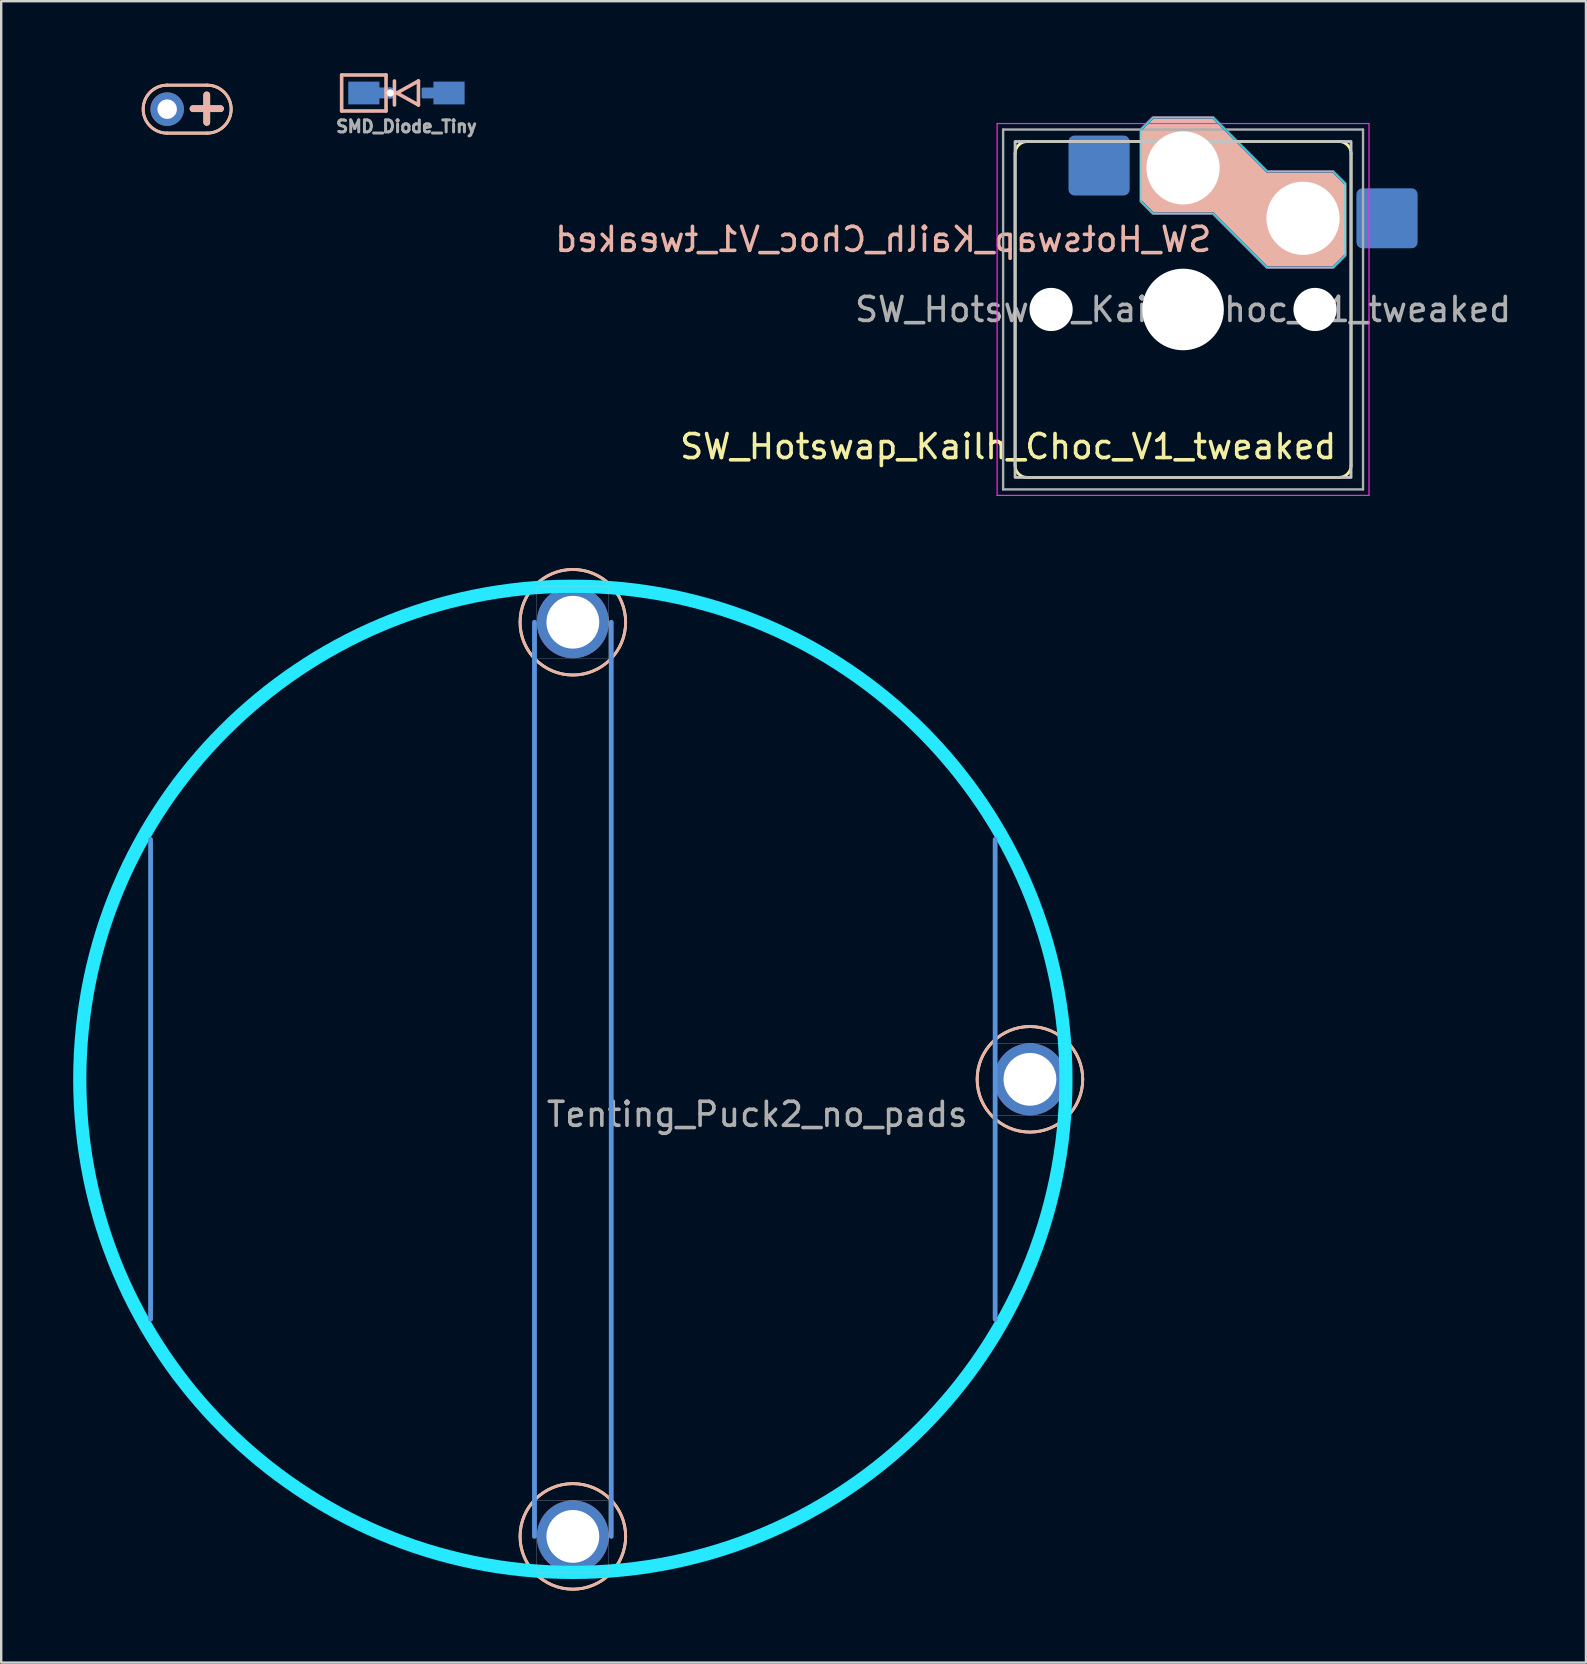
<source format=kicad_pcb>
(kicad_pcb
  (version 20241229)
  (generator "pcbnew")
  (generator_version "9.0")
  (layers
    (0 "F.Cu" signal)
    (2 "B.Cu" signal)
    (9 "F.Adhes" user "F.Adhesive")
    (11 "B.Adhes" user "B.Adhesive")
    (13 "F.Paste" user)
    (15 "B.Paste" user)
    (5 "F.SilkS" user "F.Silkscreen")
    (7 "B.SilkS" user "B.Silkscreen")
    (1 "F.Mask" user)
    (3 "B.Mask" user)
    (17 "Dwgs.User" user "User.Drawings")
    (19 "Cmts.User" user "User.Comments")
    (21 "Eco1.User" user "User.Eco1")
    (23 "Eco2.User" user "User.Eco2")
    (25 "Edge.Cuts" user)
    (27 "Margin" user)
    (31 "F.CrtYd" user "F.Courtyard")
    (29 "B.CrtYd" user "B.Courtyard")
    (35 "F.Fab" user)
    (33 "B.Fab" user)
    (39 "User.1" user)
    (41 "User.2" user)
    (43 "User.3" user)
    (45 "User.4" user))
  (footprint "SMD_Diode_Tiny"
    (layer "F.Cu")
    (at 13.889 0.825)
    (property "Reference" "SMD_Diode_Tiny" (at 0 1.397 0) (layer "F.Fab") (effects (font (size 0.5 0.5) (thickness 0.125))))
    (fp_poly (pts (xy -2.375 -0.425) (xy -1.175 -0.425) (xy -1.175 0.425) (xy -2.375 0.425)) (stroke (width 0.1) (type solid)) (fill yes) (layer "B.Mask"))
    (fp_poly (pts (xy 1.175 -0.425) (xy 2.375 -0.425) (xy 2.375 0.425) (xy 1.175 0.425)) (stroke (width 0.1) (type solid)) (fill yes) (layer "B.Mask"))
    (fp_line (start -2.7 -0.75) (end -2.7 0.75) (stroke (width 0.15) (type solid)) (layer "B.SilkS"))
    (fp_line (start -2.7 0.75) (end -0.85 0.75) (stroke (width 0.15) (type solid)) (layer "B.SilkS"))
    (fp_line (start -0.85 -0.75) (end -2.7 -0.75) (stroke (width 0.15) (type solid)) (layer "B.SilkS"))
    (fp_line (start -0.85 -0.75) (end -0.85 0.75) (stroke (width 0.15) (type solid)) (layer "B.SilkS"))
    (fp_line (start -0.5 0.5) (end -0.5 -0.5) (stroke (width 0.15) (type solid)) (layer "B.SilkS"))
    (fp_line (start -0.4 0) (end 0.5 0.5) (stroke (width 0.15) (type solid)) (layer "B.SilkS"))
    (fp_line (start 0.5 -0.5) (end -0.4 0) (stroke (width 0.15) (type solid)) (layer "B.SilkS"))
    (fp_line (start 0.5 0.5) (end 0.5 -0.5) (stroke (width 0.15) (type solid)) (layer "B.SilkS"))
    (pad "1" smd custom (at -1.775 0) (size 1.3 0.95) (layers "B.Cu") (options (anchor rect)) (primitives (gr_poly (pts (xy 1.094 0.177) (xy 0.521 0.177) (xy 0.521 -0.179) (xy 1.094 -0.179)) (width 0.1) (fill yes))))
    (pad "1" thru_hole circle (at -0.675 0 270) (size 0.457 0.457) (drill 0.305) (layers "*.Cu"))
    (pad "2" smd custom (at 1.775 0) (size 1.3 0.95) (layers "B.Cu") (options (anchor rect)) (primitives (gr_poly (pts (xy -0.521 0.179) (xy -1.094 0.179) (xy -1.094 -0.177) (xy -0.521 -0.177)) (width 0.1) (fill yes)))))
  (footprint "1pin_Battery"
    (layer "F.Cu")
    (at 3.917 1.499)
    (property "Reference" "1pin_Battery" (at 0 1.143 0) (layer "User.1") (effects (font (size 0.813 0.813) (thickness 0.15))))
    (attr through_hole)
    (fp_line (start 1.667 -1) (end 0 -1) (stroke (width 0.12) (type solid)) (layer "F.SilkS"))
    (fp_line (start 1.667 1) (end 0 1) (stroke (width 0.12) (type solid)) (layer "F.SilkS"))
    (fp_arc (start 0 1) (mid -1 0) (end 0 -1) (stroke (width 0.12) (type solid)) (layer "F.SilkS"))
    (fp_arc (start 1.667 -1) (mid 2.667 0) (end 1.667 1) (stroke (width 0.12) (type solid)) (layer "F.SilkS"))
    (fp_line (start 0 -1) (end 1.667 -1) (stroke (width 0.12) (type solid)) (layer "B.SilkS"))
    (fp_line (start 0 1) (end 1.667 1) (stroke (width 0.12) (type solid)) (layer "B.SilkS"))
    (fp_arc (start 0 1) (mid -1 0) (end 0 -1) (stroke (width 0.12) (type solid)) (layer "B.SilkS"))
    (fp_arc (start 1.667 -1) (mid 2.667 0) (end 1.667 1) (stroke (width 0.12) (type solid)) (layer "B.SilkS"))
    (fp_text user "+" (at 1.651 -0.127 0) (unlocked yes) (layer "F.SilkS") (effects (font (size 1.5 1.5) (thickness 0.28))))
    (fp_text user "+" (at 1.648 -0.13 0) (unlocked yes) (layer "B.SilkS") (effects (font (size 1.5 1.5) (thickness 0.28)) (justify mirror)))
    (pad "1" thru_hole circle (at 0 0) (size 1.397 1.397) (drill 0.813) (layers "*.Cu" "*.Mask")))
  (footprint "SW_Hotswap_Kailh_Choc_V1_tweaked"
    (layer "F.Cu")
    (at 46.257 9.848)
    (property "Reference" "SW_Hotswap_Kailh_Choc_V1_tweaked" (at 0 -9 0) (layer "User.1") (effects (font (size 1 1) (thickness 0.15))))
    (attr smd)
    (fp_line (start -7 -6.5) (end -7 6.5) (stroke (width 0.12) (type solid)) (layer "F.SilkS"))
    (fp_line (start -6.5 7) (end 6.5 7) (stroke (width 0.12) (type solid)) (layer "F.SilkS"))
    (fp_line (start 6.5 -7) (end -6.5 -7) (stroke (width 0.12) (type solid)) (layer "F.SilkS"))
    (fp_line (start 7 6.5) (end 7 -6.5) (stroke (width 0.12) (type solid)) (layer "F.SilkS"))
    (fp_arc (start -7 -6.5) (mid -6.853553 -6.853553) (end -6.5 -7) (stroke (width 0.12) (type solid)) (layer "F.SilkS"))
    (fp_arc (start -6.5 7) (mid -6.853553 6.853553) (end -7 6.5) (stroke (width 0.12) (type solid)) (layer "F.SilkS"))
    (fp_arc (start 6.5 -7) (mid 6.853553 -6.853553) (end 7 -6.5) (stroke (width 0.12) (type solid)) (layer "F.SilkS"))
    (fp_arc (start 7 6.5) (mid 6.853553 6.853553) (end 6.5 7) (stroke (width 0.12) (type solid)) (layer "F.SilkS"))
    (fp_poly (pts (xy 3.5 -5.75) (xy 6.25 -5.75) (xy 6.75 -5.25) (xy 6.75 -2.25) (xy 6.25 -1.75) (xy 3.5 -1.75) (xy 1.25 -4) (xy -1.25 -4) (xy -1.75 -4.5) (xy -1.75 -7.5) (xy -1.25 -8) (xy 1.25 -8)) (stroke (width 0.12) (type solid)) (fill yes) (layer "B.SilkS"))
    (fp_rect (start -7 -7) (end 7 7) (stroke (width 0.12) (type solid)) (fill no) (layer "Dwgs.User"))
    (fp_line (start -7.25 -7.25) (end -7.25 7.25) (stroke (width 0.1) (type solid)) (layer "Eco1.User"))
    (fp_line (start -7.25 7.25) (end 7.25 7.25) (stroke (width 0.1) (type solid)) (layer "Eco1.User"))
    (fp_line (start 7.25 -7.25) (end -7.25 -7.25) (stroke (width 0.1) (type solid)) (layer "Eco1.User"))
    (fp_line (start 7.25 7.25) (end 7.25 -7.25) (stroke (width 0.1) (type solid)) (layer "Eco1.User"))
    (fp_line (start -1.75 -7.5) (end -1.25 -8) (stroke (width 0.05) (type solid)) (layer "B.CrtYd"))
    (fp_line (start -1.75 -4.5) (end -1.75 -7.5) (stroke (width 0.05) (type solid)) (layer "B.CrtYd"))
    (fp_line (start -1.25 -8) (end 1.25 -8) (stroke (width 0.05) (type solid)) (layer "B.CrtYd"))
    (fp_line (start -1.25 -4) (end -1.75 -4.5) (stroke (width 0.05) (type solid)) (layer "B.CrtYd"))
    (fp_line (start 1.25 -8) (end 3.5 -5.75) (stroke (width 0.05) (type solid)) (layer "B.CrtYd"))
    (fp_line (start 1.25 -4) (end -1.25 -4) (stroke (width 0.05) (type solid)) (layer "B.CrtYd"))
    (fp_line (start 3.5 -5.75) (end 6.25 -5.75) (stroke (width 0.05) (type solid)) (layer "B.CrtYd"))
    (fp_line (start 3.5 -1.75) (end 1.25 -4) (stroke (width 0.05) (type solid)) (layer "B.CrtYd"))
    (fp_line (start 6.25 -5.75) (end 6.75 -5.25) (stroke (width 0.05) (type solid)) (layer "B.CrtYd"))
    (fp_line (start 6.25 -1.75) (end 3.5 -1.75) (stroke (width 0.05) (type solid)) (layer "B.CrtYd"))
    (fp_line (start 6.75 -5.25) (end 6.75 -2.25) (stroke (width 0.05) (type solid)) (layer "B.CrtYd"))
    (fp_line (start 6.75 -2.25) (end 6.25 -1.75) (stroke (width 0.05) (type solid)) (layer "B.CrtYd"))
    (fp_line (start -7.75 -7.75) (end -7.75 7.75) (stroke (width 0.05) (type solid)) (layer "F.CrtYd"))
    (fp_line (start -7.75 7.75) (end 7.75 7.75) (stroke (width 0.05) (type solid)) (layer "F.CrtYd"))
    (fp_line (start 7.75 -7.75) (end -7.75 -7.75) (stroke (width 0.05) (type solid)) (layer "F.CrtYd"))
    (fp_line (start 7.75 7.75) (end 7.75 -7.75) (stroke (width 0.05) (type solid)) (layer "F.CrtYd"))
    (fp_line (start -1.75 -7.5) (end -1.25 -8) (stroke (width 0.1) (type solid)) (layer "B.Fab"))
    (fp_line (start -1.25 -8) (end 1.25 -8) (stroke (width 0.1) (type solid)) (layer "B.Fab"))
    (fp_line (start -1.25 -4) (end -1.75 -4.5) (stroke (width 0.1) (type solid)) (layer "B.Fab"))
    (fp_line (start 1.25 -8) (end 3.5 -5.75) (stroke (width 0.1) (type solid)) (layer "B.Fab"))
    (fp_line (start 1.25 -4) (end -1.25 -4) (stroke (width 0.1) (type solid)) (layer "B.Fab"))
    (fp_line (start 3.5 -5.75) (end 6.25 -5.75) (stroke (width 0.1) (type solid)) (layer "B.Fab"))
    (fp_line (start 3.5 -1.75) (end 1.25 -4) (stroke (width 0.1) (type solid)) (layer "B.Fab"))
    (fp_line (start 6.25 -5.75) (end 6.75 -5.25) (stroke (width 0.1) (type solid)) (layer "B.Fab"))
    (fp_line (start 6.25 -1.75) (end 3.5 -1.75) (stroke (width 0.1) (type solid)) (layer "B.Fab"))
    (fp_line (start 6.75 -2.25) (end 6.25 -1.75) (stroke (width 0.1) (type solid)) (layer "B.Fab"))
    (fp_line (start -7.5 -7.5) (end -7.5 7.5) (stroke (width 0.1) (type solid)) (layer "F.Fab"))
    (fp_line (start -7.5 7.5) (end 7.5 7.5) (stroke (width 0.1) (type solid)) (layer "F.Fab"))
    (fp_line (start 7.5 -7.5) (end -7.5 -7.5) (stroke (width 0.1) (type solid)) (layer "F.Fab"))
    (fp_line (start 7.5 7.5) (end 7.5 -7.5) (stroke (width 0.1) (type solid)) (layer "F.Fab"))
    (fp_text user "${REFERENCE}" (at 6.477 5.715 0) (unlocked yes) (layer "F.SilkS") (effects (font (size 1 1) (thickness 0.15)) (justify right)))
    (fp_text user "${REFERENCE}" (at 1.27 -2.921 0) (unlocked yes) (layer "B.SilkS") (effects (font (size 1 1) (thickness 0.15)) (justify left mirror)))
    (fp_text user "${REFERENCE}" (at 0 0 0) (layer "F.Fab") (effects (font (size 1 1) (thickness 0.15))))
    (pad "" np_thru_hole circle (at -5.5 0) (size 1.8 1.8) (drill 1.8) (layers "*.Cu" "*.Mask"))
    (pad "" np_thru_hole circle (at 0 -5.9) (size 3.05 3.05) (drill 3.05) (layers "*.Cu" "*.Mask"))
    (pad "" np_thru_hole circle (at 0 0) (size 3.4 3.4) (drill 3.4) (layers "*.Cu" "*.Mask"))
    (pad "" np_thru_hole circle (at 5 -3.8) (size 3.05 3.05) (drill 3.05) (layers "*.Cu" "*.Mask"))
    (pad "" np_thru_hole circle (at 5.5 0) (size 1.8 1.8) (drill 1.8) (layers "*.Cu" "*.Mask"))
    (pad "1" smd roundrect (at -3.5 -6) (size 2.55 2.5) (layers "B.Cu" "B.Mask" "B.Paste") (roundrect_rratio 0.1))
    (pad "2" smd roundrect (at 8.5 -3.8) (size 2.55 2.5) (layers "B.Cu" "B.Mask" "B.Paste") (roundrect_rratio 0.1)))
  (footprint "Tenting_Puck2_no_pads"
    (layer "F.Cu")
    (at 20.825 41.933)
    (property "Reference" "Tenting_Puck2_no_pads" (at 7.684 1.46 180) (layer "F.Fab") (effects (font (size 1 1) (thickness 0.15))))
    (attr board_only)
    (fp_arc (start -20.32 -2.8575) (mid -19.91151 -4.959786) (end -19.286134 -7.008048) (stroke (width 0.2) (type solid)) (layer "F.SilkS"))
    (fp_arc (start -19.286134 7.008047) (mid -19.91151 4.959786) (end -20.32 2.8575) (stroke (width 0.2) (type solid)) (layer "F.SilkS"))
    (fp_arc (start -7.008048 -19.286134) (mid -4.959786 -19.91151) (end -2.8575 -20.32) (stroke (width 0.2) (type solid)) (layer "F.SilkS"))
    (fp_arc (start -2.8575 20.32) (mid -4.959785 19.91151) (end -7.008046 19.286135) (stroke (width 0.2) (type solid)) (layer "F.SilkS"))
    (fp_arc (start 2.8575 -20.32) (mid 4.959786 -19.91151) (end 7.008047 -19.286134) (stroke (width 0.2) (type solid)) (layer "F.SilkS"))
    (fp_arc (start 7.008047 19.286134) (mid 4.959786 19.91151) (end 2.8575 20.32) (stroke (width 0.2) (type solid)) (layer "F.SilkS"))
    (fp_arc (start 19.286135 -7.008045) (mid 19.91151 -4.959785) (end 20.32 -2.8575) (stroke (width 0.2) (type solid)) (layer "F.SilkS"))
    (fp_arc (start 20.32 2.8575) (mid 19.91151 4.959785) (end 19.286135 7.008046) (stroke (width 0.2) (type solid)) (layer "F.SilkS"))
    (fp_circle (center 0 -19.05) (end 2.2 -19.05) (stroke (width 0.12) (type solid)) (fill no) (layer "F.SilkS"))
    (fp_circle (center 0 19.05) (end 2.2 19.05) (stroke (width 0.12) (type solid)) (fill no) (layer "F.SilkS"))
    (fp_circle (center 19.05 0) (end 21.25 0) (stroke (width 0.12) (type solid)) (fill no) (layer "F.SilkS"))
    (fp_arc (start -20.32 -2.8575) (mid -19.91151 -4.959784) (end -19.286136 -7.008044) (stroke (width 0.2) (type solid)) (layer "B.SilkS"))
    (fp_arc (start -19.286135 7.008046) (mid -19.91151 4.959785) (end -20.32 2.8575) (stroke (width 0.2) (type solid)) (layer "B.SilkS"))
    (fp_arc (start -7.008046 -19.286135) (mid -4.959785 -19.91151) (end -2.8575 -20.32) (stroke (width 0.2) (type solid)) (layer "B.SilkS"))
    (fp_arc (start -2.8575 20.32) (mid -4.959784 19.91151) (end -7.008045 19.286135) (stroke (width 0.2) (type solid)) (layer "B.SilkS"))
    (fp_arc (start 2.8575 -20.32) (mid 4.959786 -19.91151) (end 7.008049 -19.286134) (stroke (width 0.2) (type solid)) (layer "B.SilkS"))
    (fp_arc (start 7.008045 19.286135) (mid 4.959785 19.91151) (end 2.8575 20.32) (stroke (width 0.2) (type solid)) (layer "B.SilkS"))
    (fp_arc (start 19.286134 -7.008048) (mid 19.91151 -4.959786) (end 20.32 -2.8575) (stroke (width 0.2) (type solid)) (layer "B.SilkS"))
    (fp_arc (start 20.32 2.8575) (mid 19.91151 4.959786) (end 19.286134 7.008048) (stroke (width 0.2) (type solid)) (layer "B.SilkS"))
    (fp_circle (center 0 -19.05) (end -2.2 -19.05) (stroke (width 0.12) (type solid)) (fill no) (layer "B.SilkS"))
    (fp_circle (center 0 19.05) (end -2.2 19.05) (stroke (width 0.12) (type solid)) (fill no) (layer "B.SilkS"))
    (fp_circle (center 19.05 0) (end 16.85 0) (stroke (width 0.12) (type solid)) (fill no) (layer "B.SilkS"))
    (fp_rect (start -1.5 -20.55) (end 1.5 -17.55) (stroke (width 0.01) (type solid)) (fill no) (layer "Dwgs.User"))
    (fp_rect (start -1.5 17.55) (end 1.5 20.55) (stroke (width 0.01) (type solid)) (fill no) (layer "Dwgs.User"))
    (fp_rect (start 17.55 -1.5) (end 20.55 1.5) (stroke (width 0.01) (type solid)) (fill no) (layer "Dwgs.User"))
    (fp_line (start -17.6 10) (end -17.6 -10) (stroke (width 0.2) (type solid)) (layer "Cmts.User"))
    (fp_line (start -1.6 19.05) (end -1.6 -19.05) (stroke (width 0.2) (type solid)) (layer "Cmts.User"))
    (fp_line (start 1.6 19.05) (end 1.6 -19.05) (stroke (width 0.2) (type solid)) (layer "Cmts.User"))
    (fp_line (start 17.6 10) (end 17.6 -10) (stroke (width 0.2) (type solid)) (layer "Cmts.User"))
    (fp_circle (center 0 0) (end 20.55 0) (stroke (width 0.55) (type solid)) (fill no) (layer "B.CrtYd"))
    (pad "" thru_hole circle (at 0 -19.05) (size 3 3) (drill 2.2) (layers "*.Cu" "*.Mask"))
    (pad "" thru_hole circle (at 0 19.05) (size 3 3) (drill 2.2) (layers "*.Cu" "*.Mask"))
    (pad "" thru_hole circle (at 19.05 0) (size 3 3) (drill 2.2) (layers "*.Cu" "*.Mask")))
  (gr_rect
    (start -3 -3)
    (end 63.048 66.243)
    (stroke (width 0.1) (type default))
    (fill no)
    (layer "Edge.Cuts")))
</source>
